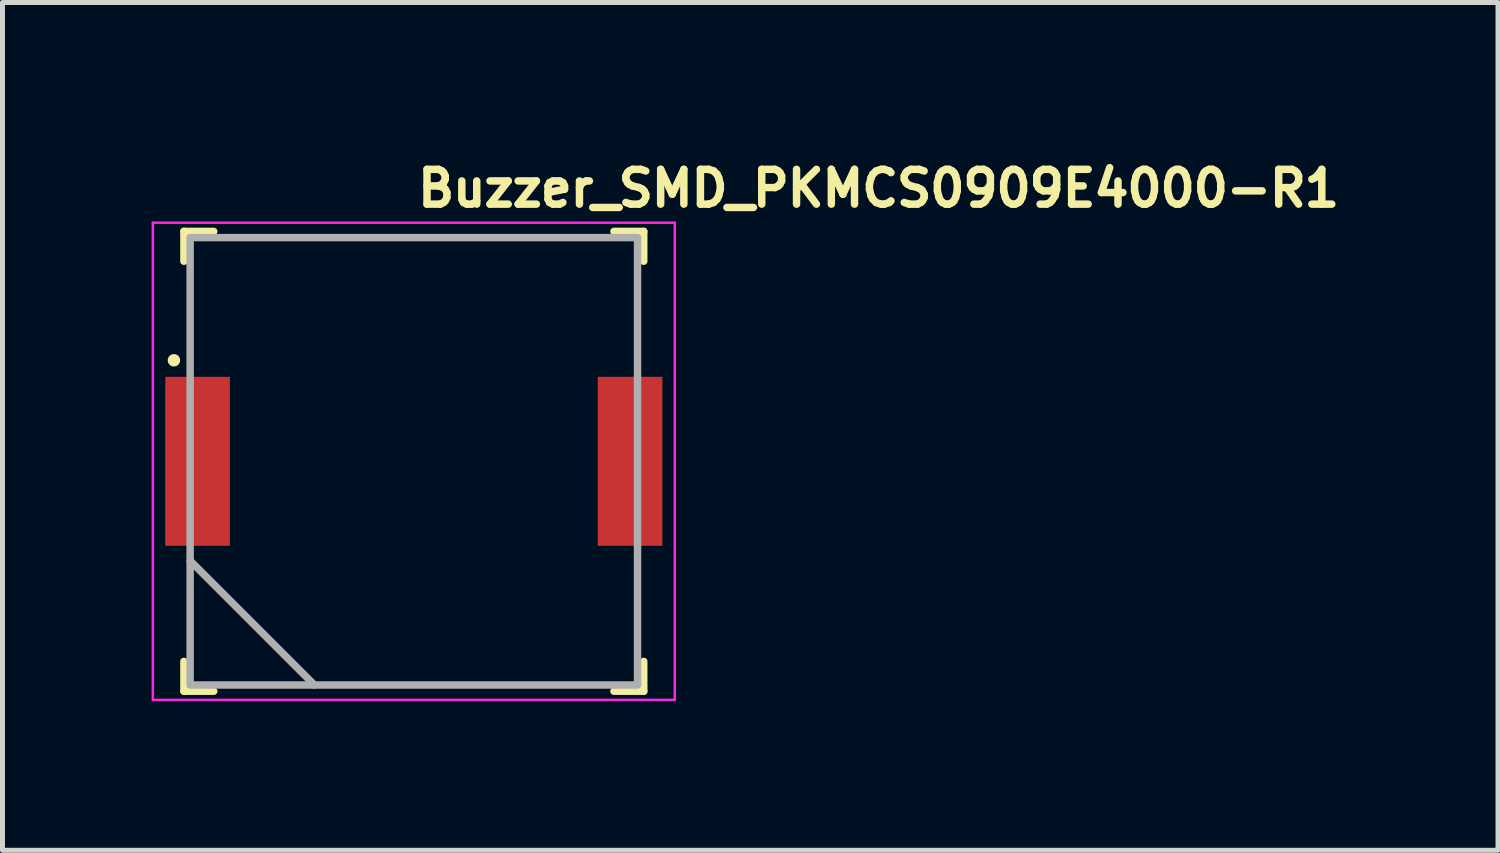
<source format=kicad_pcb>
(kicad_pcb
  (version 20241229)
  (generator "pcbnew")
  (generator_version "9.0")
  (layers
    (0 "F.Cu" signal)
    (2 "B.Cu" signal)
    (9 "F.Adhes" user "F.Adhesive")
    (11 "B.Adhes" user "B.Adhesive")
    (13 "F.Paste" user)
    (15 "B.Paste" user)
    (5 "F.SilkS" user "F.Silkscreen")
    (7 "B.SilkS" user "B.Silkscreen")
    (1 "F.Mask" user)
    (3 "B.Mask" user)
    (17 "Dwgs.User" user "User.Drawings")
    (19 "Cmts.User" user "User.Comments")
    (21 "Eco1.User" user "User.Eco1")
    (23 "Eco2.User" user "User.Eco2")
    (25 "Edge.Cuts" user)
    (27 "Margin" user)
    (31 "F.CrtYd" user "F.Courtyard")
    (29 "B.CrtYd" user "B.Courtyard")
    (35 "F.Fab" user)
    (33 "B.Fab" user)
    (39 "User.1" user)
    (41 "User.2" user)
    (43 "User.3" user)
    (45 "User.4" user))
  (footprint "Buzzer_SMD_PKMCS0909E4000-R1"
    (layer "F.Cu")
    (at 5.275 6.23)
    (property "Reference" "Buzzer_SMD_PKMCS0909E4000-R1" (at 0 -5.08 0) (layer "F.SilkS") (effects (font (size 0.7 0.7) (thickness 0.15)) (justify left bottom)))
    (attr smd)
    (fp_line (start -4.625 -4.625) (end -4.625 -4.025) (stroke (width 0.15) (type solid)) (layer "F.SilkS"))
    (fp_line (start -4.625 4.025) (end -4.625 4.625) (stroke (width 0.15) (type solid)) (layer "F.SilkS"))
    (fp_line (start -4.625 4.625) (end -4.025 4.625) (stroke (width 0.15) (type solid)) (layer "F.SilkS"))
    (fp_line (start -4.025 -4.625) (end -4.625 -4.625) (stroke (width 0.15) (type solid)) (layer "F.SilkS"))
    (fp_line (start 4.025 -4.625) (end 4.625 -4.625) (stroke (width 0.15) (type solid)) (layer "F.SilkS"))
    (fp_line (start 4.625 -4.625) (end 4.625 -4.025) (stroke (width 0.15) (type solid)) (layer "F.SilkS"))
    (fp_line (start 4.625 4.025) (end 4.625 4.625) (stroke (width 0.15) (type solid)) (layer "F.SilkS"))
    (fp_line (start 4.625 4.625) (end 4.025 4.625) (stroke (width 0.15) (type solid)) (layer "F.SilkS"))
    (fp_circle (center -4.826 -2.032) (end -4.776 -2.032) (stroke (width 0.15) (type solid)) (fill yes) (layer "F.SilkS"))
    (fp_line (start -5.25 -4.8) (end -5.25 4.8) (stroke (width 0.05) (type solid)) (layer "F.CrtYd"))
    (fp_line (start -5.25 -4.8) (end 5.25 -4.8) (stroke (width 0.05) (type solid)) (layer "F.CrtYd"))
    (fp_line (start 5.25 -4.8) (end 5.25 4.8) (stroke (width 0.05) (type solid)) (layer "F.CrtYd"))
    (fp_line (start 5.25 4.8) (end -5.25 4.8) (stroke (width 0.05) (type solid)) (layer "F.CrtYd"))
    (fp_line (start -2 4.5) (end -4.5 2) (stroke (width 0.15) (type solid)) (layer "F.Fab"))
    (fp_rect (start -4.5 -4.5) (end 4.5 4.5) (stroke (width 0.15) (type solid)) (fill no) (layer "F.Fab"))
    (fp_rect (start -4.5 -4.5) (end 4.5 4.5) (stroke (width 0.1) (type solid)) (fill no) (layer "User.5"))
    (fp_line (start -4.5 -4.5) (end -4.5 4.5) (stroke (width 0.02) (type solid)) (layer "User.9"))
    (fp_line (start -4.5 4.5) (end 4.5 4.5) (stroke (width 0.02) (type solid)) (layer "User.9"))
    (fp_line (start 4.5 -4.5) (end -4.5 -4.5) (stroke (width 0.02) (type solid)) (layer "User.9"))
    (fp_line (start 4.5 4.5) (end 4.5 -4.5) (stroke (width 0.02) (type solid)) (layer "User.9"))
    (fp_circle (center 3.5 -3.5) (end 3.508 -3.749) (stroke (width 0.02) (type default)) (fill no) (layer "User.9"))
    (pad "1" smd rect (at -4.35 0) (size 1.3 3.4) (layers "F.Cu" "F.Mask" "F.Paste"))
    (pad "2" smd rect (at 4.35 0) (size 1.3 3.4) (layers "F.Cu" "F.Mask" "F.Paste")))
  (gr_rect
    (start -3 -3)
    (end 27.085 14.055)
    (stroke (width 0.1) (type default))
    (fill no)
    (layer "Edge.Cuts")))
</source>
